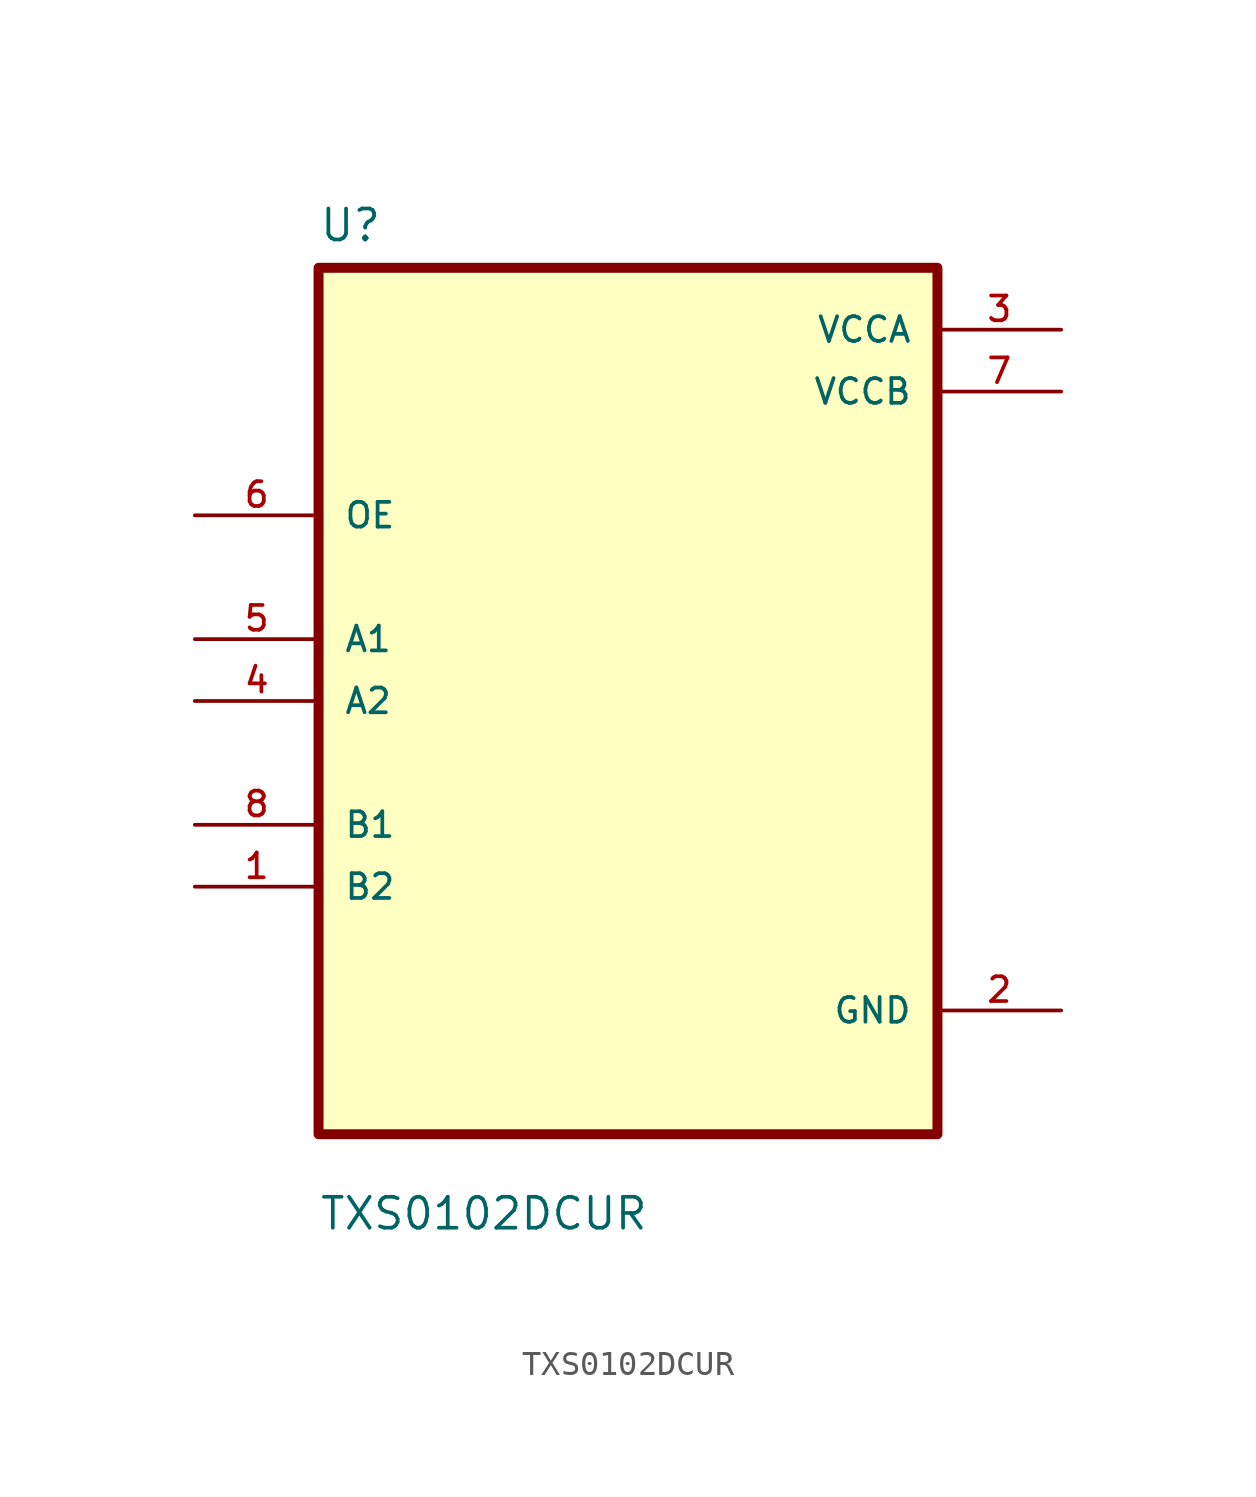
<source format=kicad_sym>
(kicad_symbol_lib
  (version 20211014)
  (generator kicad_symbol_editor)
  (symbol "TXS0102DCUR"
    (pin_names
      (offset 1.016))
    (property "Reference" "U"
      (at -12.7 18.78 0.0)
      (effects (font (size 1.27 1.27)) (justify bottom left)))
    (property "Value" "TXS0102DCUR"
      (at -12.7 -21.78 0.0)
      (effects (font (size 1.27 1.27)) (justify bottom left)))
    (symbol "TXS0102DCUR_0_0"
      (rectangle (start -12.7 -17.78) (end 12.7 17.78) (stroke (width 0.41)) (fill (type background)))
      (pin input line (at -17.78 7.62 0) (length 5.08) (name "OE" (effects (font (size 1.016 1.016)))) (number "6" (effects (font (size 1.016 1.016)))))
      (pin bidirectional line (at -17.78 2.54 0) (length 5.08) (name "A1" (effects (font (size 1.016 1.016)))) (number "5" (effects (font (size 1.016 1.016)))))
      (pin bidirectional line (at -17.78 8.88178e-16 0) (length 5.08) (name "A2" (effects (font (size 1.016 1.016)))) (number "4" (effects (font (size 1.016 1.016)))))
      (pin bidirectional line (at -17.78 -5.08 0) (length 5.08) (name "B1" (effects (font (size 1.016 1.016)))) (number "8" (effects (font (size 1.016 1.016)))))
      (pin bidirectional line (at -17.78 -7.62 0) (length 5.08) (name "B2" (effects (font (size 1.016 1.016)))) (number "1" (effects (font (size 1.016 1.016)))))
      (pin power_in line (at 17.78 15.24 180.0) (length 5.08) (name "VCCA" (effects (font (size 1.016 1.016)))) (number "3" (effects (font (size 1.016 1.016)))))
      (pin power_in line (at 17.78 12.7 180.0) (length 5.08) (name "VCCB" (effects (font (size 1.016 1.016)))) (number "7" (effects (font (size 1.016 1.016)))))
      (pin power_in line (at 17.78 -12.7 180.0) (length 5.08) (name "GND" (effects (font (size 1.016 1.016)))) (number "2" (effects (font (size 1.016 1.016))))))))
</source>
